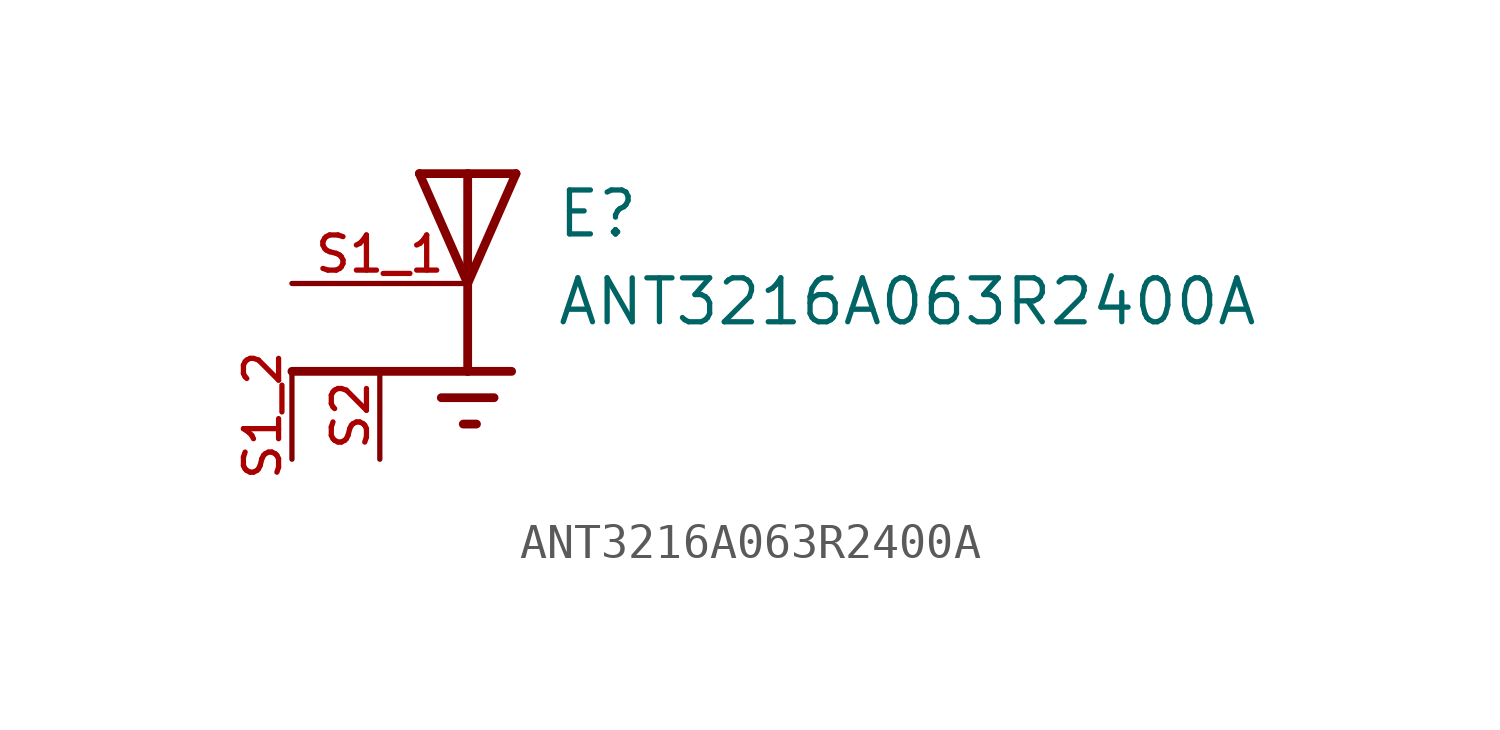
<source format=kicad_sym>
(kicad_symbol_lib
  (version 20211014)
  (generator kicad_symbol_editor)
  (symbol "ANT3216A063R2400A"
    (pin_names
      (offset 1.016))
    (property "Reference" "E"
      (at 2.54 1.27 0)
      (effects (font (size 1.27 1.27)) (justify bottom left)))
    (property "Value" "ANT3216A063R2400A"
      (at 2.54 -1.27 0)
      (effects (font (size 1.27 1.27)) (justify bottom left)))
    (symbol "ANT3216A063R2400A_0_0"
      (polyline (pts (xy -1.397 3.175) (xy 0.0 3.175)) (stroke (width 0.254)))
      (polyline (pts (xy 0.0 3.175) (xy 1.397 3.175)) (stroke (width 0.254)))
      (polyline (pts (xy 1.397 3.175) (xy 0.0 0.0)) (stroke (width 0.254)))
      (polyline (pts (xy 0.0 0.0) (xy -1.397 3.175)) (stroke (width 0.254)))
      (polyline (pts (xy 0.0 3.175) (xy 0.0 0.0)) (stroke (width 0.254)))
      (polyline (pts (xy 0.0 0.0) (xy 0.0 -2.54)) (stroke (width 0.254)))
      (polyline (pts (xy 0.0 -2.54) (xy -5.08 -2.54)) (stroke (width 0.254)))
      (polyline (pts (xy 0.0 -2.54) (xy 1.27 -2.54)) (stroke (width 0.254)))
      (polyline (pts (xy -0.762 -3.302) (xy 0.762 -3.302)) (stroke (width 0.254)))
      (polyline (pts (xy -0.127 -4.064) (xy 0.254 -4.064)) (stroke (width 0.254)))
      (pin passive line (at -5.08 0.0 0) (length 5.08) (name "~" (effects (font (size 1.016 1.016)))) (number "S1_1" (effects (font (size 1.016 1.016)))))
      (pin power_in line (at -5.08 -5.08 90.0) (length 2.54) (name "~" (effects (font (size 1.016 1.016)))) (number "S1_2" (effects (font (size 1.016 1.016)))))
      (pin power_in line (at -2.54 -5.08 90.0) (length 2.54) (name "~" (effects (font (size 1.016 1.016)))) (number "S2" (effects (font (size 1.016 1.016))))))))
</source>
